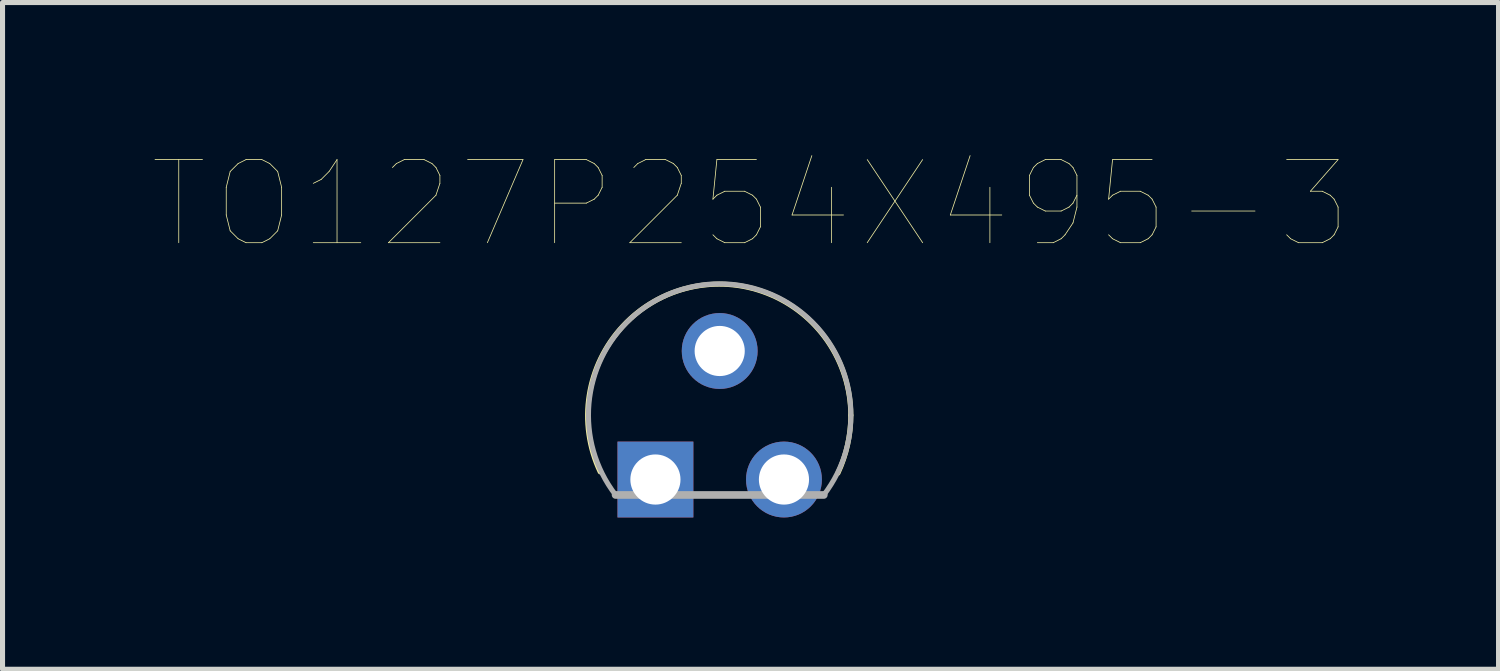
<source format=kicad_pcb>
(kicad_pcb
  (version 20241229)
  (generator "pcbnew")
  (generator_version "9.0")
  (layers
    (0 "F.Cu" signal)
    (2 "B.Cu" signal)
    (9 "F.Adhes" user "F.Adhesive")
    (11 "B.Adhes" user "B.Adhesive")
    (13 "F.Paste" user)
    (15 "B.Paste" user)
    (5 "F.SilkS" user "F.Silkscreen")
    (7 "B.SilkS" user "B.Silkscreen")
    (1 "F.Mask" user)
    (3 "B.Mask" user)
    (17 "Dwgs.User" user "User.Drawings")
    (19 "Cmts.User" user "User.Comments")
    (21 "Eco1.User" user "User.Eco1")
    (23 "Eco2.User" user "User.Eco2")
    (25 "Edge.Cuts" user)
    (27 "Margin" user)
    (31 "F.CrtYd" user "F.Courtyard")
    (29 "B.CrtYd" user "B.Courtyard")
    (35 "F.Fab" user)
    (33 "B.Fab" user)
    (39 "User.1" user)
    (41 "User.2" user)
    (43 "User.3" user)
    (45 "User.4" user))
  (footprint "TO127P254X495-3"
    (layer "F.Cu")
    (at 12.442 3.886)
    (property "Reference" "TO127P254X495-3" (at -0.661 -2.899 0) (layer "F.SilkS") (effects (font (size 1.642 1.642) (thickness 0.015))))
    (attr through_hole)
    (fp_arc (start -3.6322 2.3876) (mid -1.85195 -1.256855) (end 1.3208 1.27) (stroke (width 0.1) (type solid)) (layer "F.SilkS"))
    (fp_arc (start 1.3208 1.27) (mid 1.256389 1.855409) (end 1.0668 2.413) (stroke (width 0.1) (type solid)) (layer "F.SilkS"))
    (fp_line (start -3.327 2.845) (end 0.787 2.845) (stroke (width 0.152) (type solid)) (layer "F.Fab"))
    (fp_arc (start -3.3274 2.844799) (mid -1.27 -1.327195) (end 0.7874 2.8448) (stroke (width 0.1) (type solid)) (layer "F.Fab"))
    (pad "1" thru_hole rect (at -2.54 2.54) (size 1.499 1.499) (drill 0.991) (layers "*.Cu" "*.Mask"))
    (pad "2" thru_hole circle (at -1.27 0) (size 1.499 1.499) (drill 0.991) (layers "*.Cu" "*.Mask"))
    (pad "3" thru_hole circle (at 0 2.54) (size 1.499 1.499) (drill 0.991) (layers "*.Cu" "*.Mask")))
  (gr_rect
    (start -3 -3)
    (end 26.563 10.175)
    (stroke (width 0.1) (type default))
    (fill no)
    (layer "Edge.Cuts")))
</source>
